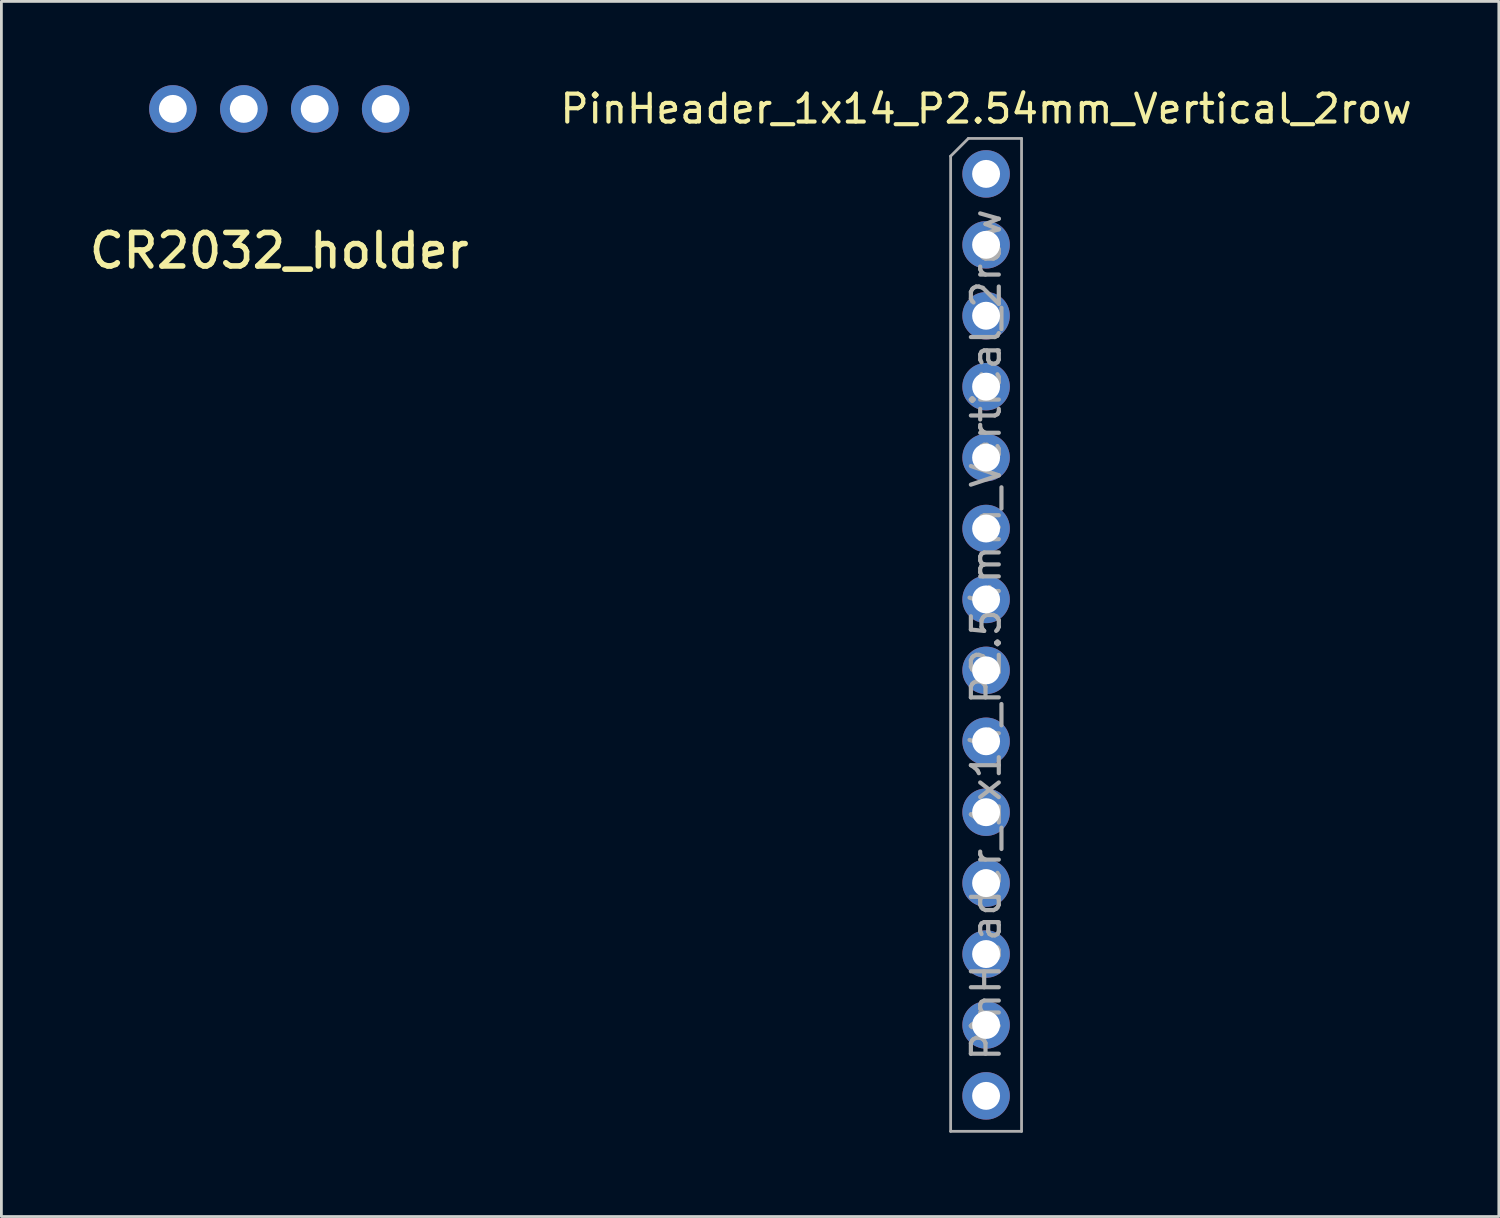
<source format=kicad_pcb>
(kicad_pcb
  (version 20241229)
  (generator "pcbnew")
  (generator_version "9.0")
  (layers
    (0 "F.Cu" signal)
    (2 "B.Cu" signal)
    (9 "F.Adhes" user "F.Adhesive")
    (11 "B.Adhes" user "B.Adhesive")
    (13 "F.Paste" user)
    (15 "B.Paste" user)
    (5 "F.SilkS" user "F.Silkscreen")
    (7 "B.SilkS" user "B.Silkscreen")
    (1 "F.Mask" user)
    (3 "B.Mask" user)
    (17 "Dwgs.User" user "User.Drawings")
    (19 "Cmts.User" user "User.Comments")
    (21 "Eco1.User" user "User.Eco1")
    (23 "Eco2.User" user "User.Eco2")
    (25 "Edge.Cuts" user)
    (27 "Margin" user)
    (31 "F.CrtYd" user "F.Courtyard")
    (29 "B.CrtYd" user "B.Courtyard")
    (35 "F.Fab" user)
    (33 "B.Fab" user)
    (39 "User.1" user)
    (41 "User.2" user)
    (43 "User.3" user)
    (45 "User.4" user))
  (footprint "CR2032_holder"
    (layer "F.Cu")
    (at 6.951 0.85)
    (property "Reference" "CR2032_holder" (at 0 5.08 0) (layer "F.SilkS") (effects (font (size 1.2 1.2) (thickness 0.2))))
    (attr through_hole)
    (pad "1" thru_hole circle (at 1.27 0) (size 1.7 1.7) (drill 1) (layers "*.Cu" "*.Mask"))
    (pad "1" thru_hole circle (at 3.81 0) (size 1.7 1.7) (drill 1) (layers "*.Cu" "*.Mask"))
    (pad "2" thru_hole circle (at -3.81 0) (size 1.7 1.7) (drill 1) (layers "*.Cu" "*.Mask"))
    (pad "2" thru_hole circle (at -1.27 0) (size 1.7 1.7) (drill 1) (layers "*.Cu" "*.Mask")))
  (footprint "PinHeader_1x14_P2.54mm_Vertical_2row"
    (layer "F.Cu")
    (at 32.266 3.178)
    (property "Reference" "PinHeader_1x14_P2.54mm_Vertical_2row" (at 0 -2.33 0) (layer "F.SilkS") (effects (font (size 1 1) (thickness 0.15))))
    (attr through_hole)
    (fp_line (start -1.27 -0.635) (end -0.635 -1.27) (stroke (width 0.1) (type solid)) (layer "F.Fab"))
    (fp_line (start -1.27 34.29) (end -1.27 -0.635) (stroke (width 0.1) (type solid)) (layer "F.Fab"))
    (fp_line (start -0.635 -1.27) (end 1.27 -1.27) (stroke (width 0.1) (type solid)) (layer "F.Fab"))
    (fp_line (start 1.27 -1.27) (end 1.27 34.29) (stroke (width 0.1) (type solid)) (layer "F.Fab"))
    (fp_line (start 1.27 34.29) (end -1.27 34.29) (stroke (width 0.1) (type solid)) (layer "F.Fab"))
    (fp_text user "${REFERENCE}" (at 0 16.51 90) (layer "F.Fab") (effects (font (size 1 1) (thickness 0.15))))
    (pad "15" thru_hole oval (at 0 33.02) (size 1.7 1.7) (drill 1) (layers "*.Cu" "*.Mask"))
    (pad "16" thru_hole oval (at 0 30.48) (size 1.7 1.7) (drill 1) (layers "*.Cu" "*.Mask"))
    (pad "17" thru_hole oval (at 0 27.94) (size 1.7 1.7) (drill 1) (layers "*.Cu" "*.Mask"))
    (pad "18" thru_hole oval (at 0 25.4) (size 1.7 1.7) (drill 1) (layers "*.Cu" "*.Mask"))
    (pad "19" thru_hole oval (at 0 22.86) (size 1.7 1.7) (drill 1) (layers "*.Cu" "*.Mask"))
    (pad "20" thru_hole oval (at 0 20.32) (size 1.7 1.7) (drill 1) (layers "*.Cu" "*.Mask"))
    (pad "21" thru_hole oval (at 0 17.78) (size 1.7 1.7) (drill 1) (layers "*.Cu" "*.Mask"))
    (pad "22" thru_hole oval (at 0 15.24) (size 1.7 1.7) (drill 1) (layers "*.Cu" "*.Mask"))
    (pad "23" thru_hole oval (at 0 12.7) (size 1.7 1.7) (drill 1) (layers "*.Cu" "*.Mask"))
    (pad "24" thru_hole oval (at 0 10.16) (size 1.7 1.7) (drill 1) (layers "*.Cu" "*.Mask"))
    (pad "25" thru_hole oval (at 0 7.62) (size 1.7 1.7) (drill 1) (layers "*.Cu" "*.Mask"))
    (pad "26" thru_hole oval (at 0 5.08) (size 1.7 1.7) (drill 1) (layers "*.Cu" "*.Mask"))
    (pad "27" thru_hole oval (at 0 2.54) (size 1.7 1.7) (drill 1) (layers "*.Cu" "*.Mask"))
    (pad "28" thru_hole circle (at 0 0) (size 1.7 1.7) (drill 1) (layers "*.Cu" "*.Mask")))
  (gr_rect
    (start -3 -3)
    (end 50.629 40.518)
    (stroke (width 0.1) (type default))
    (fill no)
    (layer "Edge.Cuts")))
</source>
